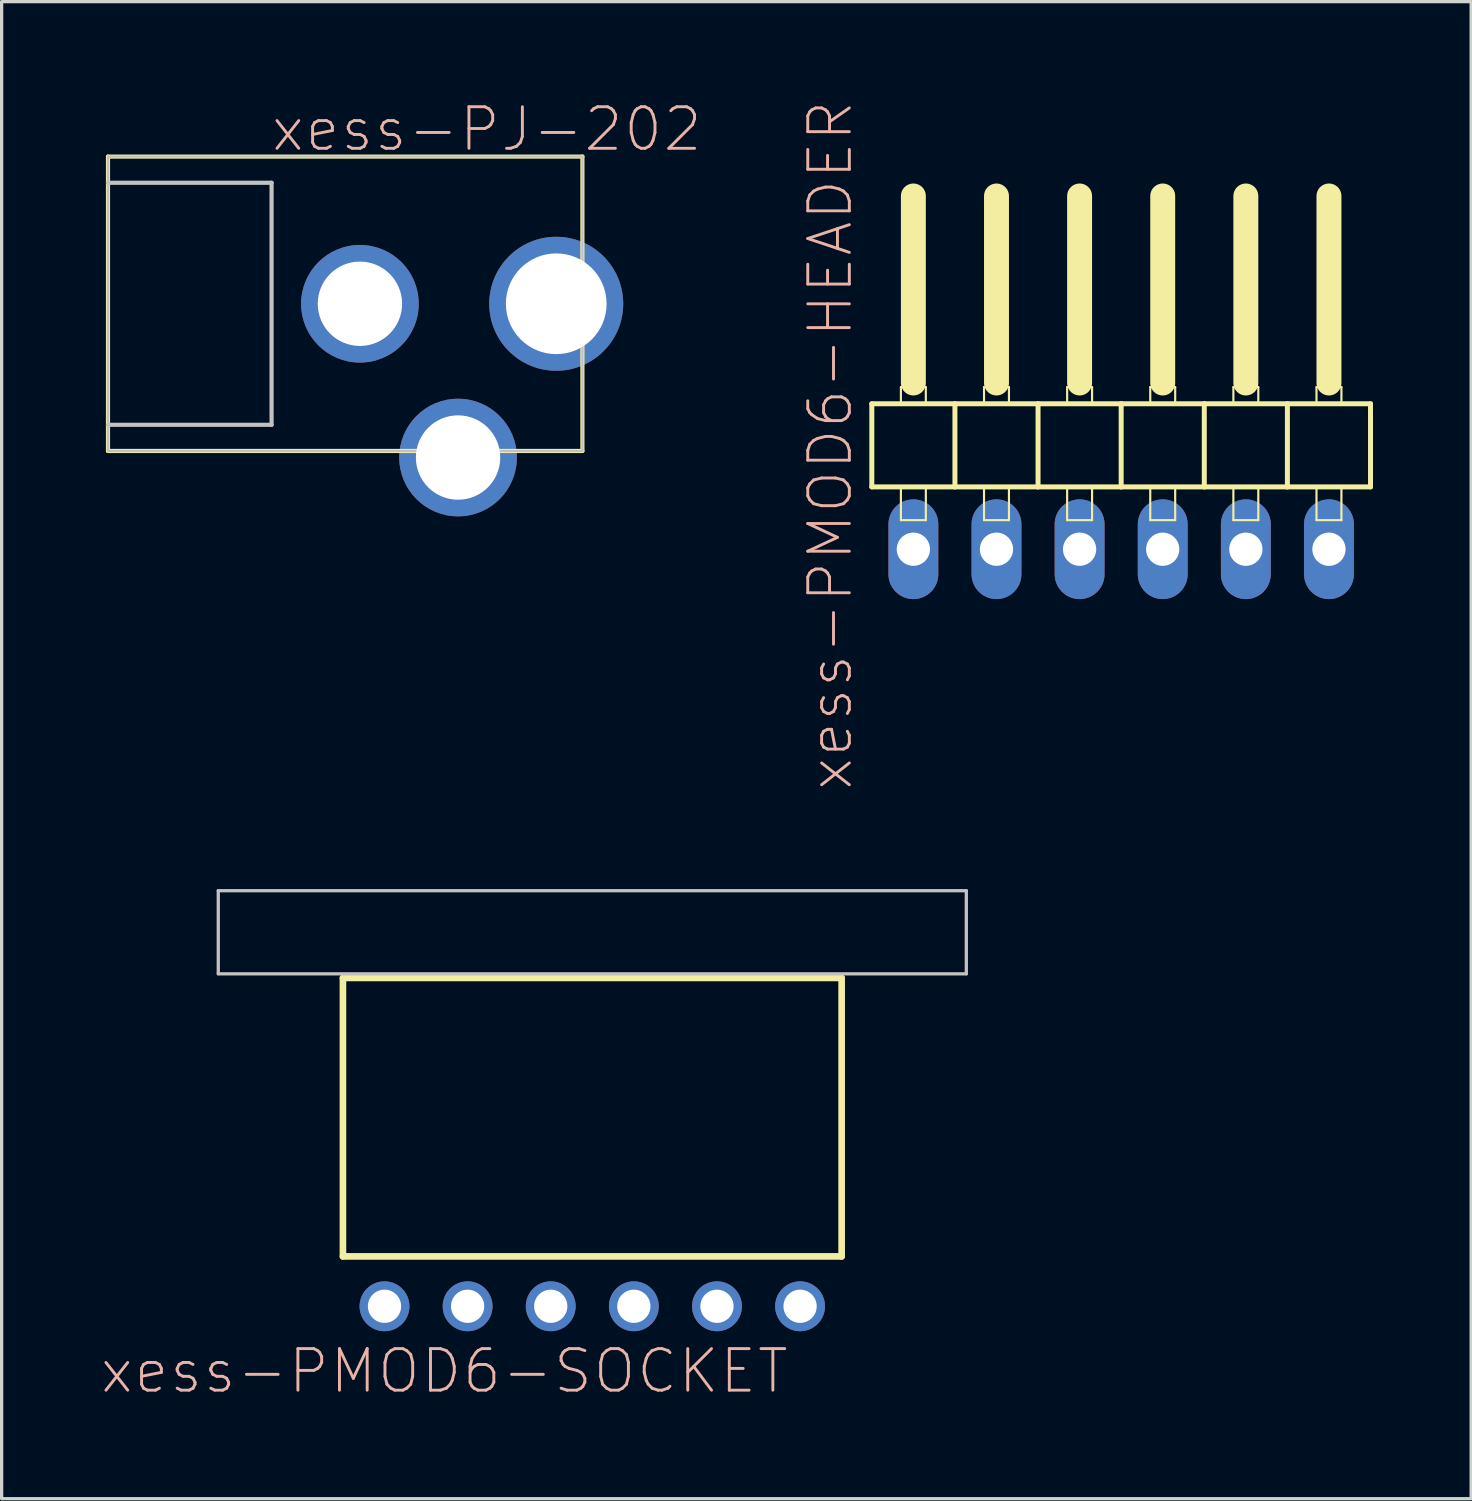
<source format=kicad_pcb>
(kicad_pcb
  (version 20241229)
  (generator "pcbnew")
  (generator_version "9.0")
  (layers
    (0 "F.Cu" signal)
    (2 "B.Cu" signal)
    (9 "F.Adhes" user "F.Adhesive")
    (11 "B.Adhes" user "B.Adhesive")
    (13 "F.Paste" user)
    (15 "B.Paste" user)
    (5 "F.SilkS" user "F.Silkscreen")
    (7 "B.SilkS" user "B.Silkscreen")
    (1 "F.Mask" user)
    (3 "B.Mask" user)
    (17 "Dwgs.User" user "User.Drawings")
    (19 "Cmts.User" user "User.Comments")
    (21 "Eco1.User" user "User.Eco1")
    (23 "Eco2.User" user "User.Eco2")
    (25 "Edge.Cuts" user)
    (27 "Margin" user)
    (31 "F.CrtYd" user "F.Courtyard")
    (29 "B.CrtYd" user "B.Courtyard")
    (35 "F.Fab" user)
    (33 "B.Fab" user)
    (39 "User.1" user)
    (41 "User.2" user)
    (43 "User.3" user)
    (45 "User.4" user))
  (footprint "xess-PMOD6-HEADER"
    (layer "F.Cu")
    (at 31.212 9.924)
    (property "Reference" "xess-PMOD6-HEADER" (at -8.89 0.635 90) (layer "B.SilkS") (effects (font (size 1.27 1.27) (thickness 0.089))))
    (attr exclude_from_pos_files exclude_from_bom)
    (fp_line (start -7.62 -0.635) (end -7.62 1.905) (stroke (width 0.152) (type solid)) (layer "F.SilkS"))
    (fp_line (start -7.62 1.905) (end -5.08 1.905) (stroke (width 0.152) (type solid)) (layer "F.SilkS"))
    (fp_line (start -6.731 -1.143) (end -5.969 -1.143) (stroke (width 0.066) (type solid)) (layer "F.SilkS"))
    (fp_line (start -6.731 -0.635) (end -6.731 -1.143) (stroke (width 0.066) (type solid)) (layer "F.SilkS"))
    (fp_line (start -6.731 -0.635) (end -5.969 -0.635) (stroke (width 0.066) (type solid)) (layer "F.SilkS"))
    (fp_line (start -6.731 1.905) (end -5.969 1.905) (stroke (width 0.066) (type solid)) (layer "F.SilkS"))
    (fp_line (start -6.731 2.921) (end -6.731 1.905) (stroke (width 0.066) (type solid)) (layer "F.SilkS"))
    (fp_line (start -6.731 2.921) (end -5.969 2.921) (stroke (width 0.066) (type solid)) (layer "F.SilkS"))
    (fp_line (start -6.35 -6.985) (end -6.35 -1.27) (stroke (width 0.762) (type solid)) (layer "F.SilkS"))
    (fp_line (start -5.969 -0.635) (end -5.969 -1.143) (stroke (width 0.066) (type solid)) (layer "F.SilkS"))
    (fp_line (start -5.969 2.921) (end -5.969 1.905) (stroke (width 0.066) (type solid)) (layer "F.SilkS"))
    (fp_line (start -5.08 -0.635) (end -7.62 -0.635) (stroke (width 0.152) (type solid)) (layer "F.SilkS"))
    (fp_line (start -5.08 1.905) (end -5.08 -0.635) (stroke (width 0.152) (type solid)) (layer "F.SilkS"))
    (fp_line (start -5.08 1.905) (end -2.54 1.905) (stroke (width 0.152) (type solid)) (layer "F.SilkS"))
    (fp_line (start -4.191 -1.143) (end -3.429 -1.143) (stroke (width 0.066) (type solid)) (layer "F.SilkS"))
    (fp_line (start -4.191 -0.635) (end -4.191 -1.143) (stroke (width 0.066) (type solid)) (layer "F.SilkS"))
    (fp_line (start -4.191 -0.635) (end -3.429 -0.635) (stroke (width 0.066) (type solid)) (layer "F.SilkS"))
    (fp_line (start -4.191 1.905) (end -3.429 1.905) (stroke (width 0.066) (type solid)) (layer "F.SilkS"))
    (fp_line (start -4.191 2.921) (end -4.191 1.905) (stroke (width 0.066) (type solid)) (layer "F.SilkS"))
    (fp_line (start -4.191 2.921) (end -3.429 2.921) (stroke (width 0.066) (type solid)) (layer "F.SilkS"))
    (fp_line (start -3.81 -6.985) (end -3.81 -1.27) (stroke (width 0.762) (type solid)) (layer "F.SilkS"))
    (fp_line (start -3.429 -0.635) (end -3.429 -1.143) (stroke (width 0.066) (type solid)) (layer "F.SilkS"))
    (fp_line (start -3.429 2.921) (end -3.429 1.905) (stroke (width 0.066) (type solid)) (layer "F.SilkS"))
    (fp_line (start -2.54 -0.635) (end -5.08 -0.635) (stroke (width 0.152) (type solid)) (layer "F.SilkS"))
    (fp_line (start -2.54 1.905) (end -2.54 -0.635) (stroke (width 0.152) (type solid)) (layer "F.SilkS"))
    (fp_line (start -2.54 1.905) (end 0 1.905) (stroke (width 0.152) (type solid)) (layer "F.SilkS"))
    (fp_line (start -1.651 -1.143) (end -0.889 -1.143) (stroke (width 0.066) (type solid)) (layer "F.SilkS"))
    (fp_line (start -1.651 -0.635) (end -1.651 -1.143) (stroke (width 0.066) (type solid)) (layer "F.SilkS"))
    (fp_line (start -1.651 -0.635) (end -0.889 -0.635) (stroke (width 0.066) (type solid)) (layer "F.SilkS"))
    (fp_line (start -1.651 1.905) (end -0.889 1.905) (stroke (width 0.066) (type solid)) (layer "F.SilkS"))
    (fp_line (start -1.651 2.921) (end -1.651 1.905) (stroke (width 0.066) (type solid)) (layer "F.SilkS"))
    (fp_line (start -1.651 2.921) (end -0.889 2.921) (stroke (width 0.066) (type solid)) (layer "F.SilkS"))
    (fp_line (start -1.27 -6.985) (end -1.27 -1.27) (stroke (width 0.762) (type solid)) (layer "F.SilkS"))
    (fp_line (start -0.889 -0.635) (end -0.889 -1.143) (stroke (width 0.066) (type solid)) (layer "F.SilkS"))
    (fp_line (start -0.889 2.921) (end -0.889 1.905) (stroke (width 0.066) (type solid)) (layer "F.SilkS"))
    (fp_line (start 0 -0.635) (end -2.54 -0.635) (stroke (width 0.152) (type solid)) (layer "F.SilkS"))
    (fp_line (start 0 1.905) (end 0 -0.635) (stroke (width 0.152) (type solid)) (layer "F.SilkS"))
    (fp_line (start 0 1.905) (end 2.54 1.905) (stroke (width 0.152) (type solid)) (layer "F.SilkS"))
    (fp_line (start 0.889 -1.143) (end 1.651 -1.143) (stroke (width 0.066) (type solid)) (layer "F.SilkS"))
    (fp_line (start 0.889 -0.635) (end 0.889 -1.143) (stroke (width 0.066) (type solid)) (layer "F.SilkS"))
    (fp_line (start 0.889 -0.635) (end 1.651 -0.635) (stroke (width 0.066) (type solid)) (layer "F.SilkS"))
    (fp_line (start 0.889 1.905) (end 1.651 1.905) (stroke (width 0.066) (type solid)) (layer "F.SilkS"))
    (fp_line (start 0.889 2.921) (end 0.889 1.905) (stroke (width 0.066) (type solid)) (layer "F.SilkS"))
    (fp_line (start 0.889 2.921) (end 1.651 2.921) (stroke (width 0.066) (type solid)) (layer "F.SilkS"))
    (fp_line (start 1.27 -6.985) (end 1.27 -1.27) (stroke (width 0.762) (type solid)) (layer "F.SilkS"))
    (fp_line (start 1.651 -0.635) (end 1.651 -1.143) (stroke (width 0.066) (type solid)) (layer "F.SilkS"))
    (fp_line (start 1.651 2.921) (end 1.651 1.905) (stroke (width 0.066) (type solid)) (layer "F.SilkS"))
    (fp_line (start 2.54 -0.635) (end 0 -0.635) (stroke (width 0.152) (type solid)) (layer "F.SilkS"))
    (fp_line (start 2.54 1.905) (end 2.54 -0.635) (stroke (width 0.152) (type solid)) (layer "F.SilkS"))
    (fp_line (start 2.54 1.905) (end 5.08 1.905) (stroke (width 0.152) (type solid)) (layer "F.SilkS"))
    (fp_line (start 3.429 -1.143) (end 4.191 -1.143) (stroke (width 0.066) (type solid)) (layer "F.SilkS"))
    (fp_line (start 3.429 -0.635) (end 3.429 -1.143) (stroke (width 0.066) (type solid)) (layer "F.SilkS"))
    (fp_line (start 3.429 -0.635) (end 4.191 -0.635) (stroke (width 0.066) (type solid)) (layer "F.SilkS"))
    (fp_line (start 3.429 1.905) (end 4.191 1.905) (stroke (width 0.066) (type solid)) (layer "F.SilkS"))
    (fp_line (start 3.429 2.921) (end 3.429 1.905) (stroke (width 0.066) (type solid)) (layer "F.SilkS"))
    (fp_line (start 3.429 2.921) (end 4.191 2.921) (stroke (width 0.066) (type solid)) (layer "F.SilkS"))
    (fp_line (start 3.81 -6.985) (end 3.81 -1.27) (stroke (width 0.762) (type solid)) (layer "F.SilkS"))
    (fp_line (start 4.191 -0.635) (end 4.191 -1.143) (stroke (width 0.066) (type solid)) (layer "F.SilkS"))
    (fp_line (start 4.191 2.921) (end 4.191 1.905) (stroke (width 0.066) (type solid)) (layer "F.SilkS"))
    (fp_line (start 5.08 -0.635) (end 2.54 -0.635) (stroke (width 0.152) (type solid)) (layer "F.SilkS"))
    (fp_line (start 5.08 1.905) (end 5.08 -0.635) (stroke (width 0.152) (type solid)) (layer "F.SilkS"))
    (fp_line (start 5.08 1.905) (end 7.62 1.905) (stroke (width 0.152) (type solid)) (layer "F.SilkS"))
    (fp_line (start 5.969 -1.143) (end 6.731 -1.143) (stroke (width 0.066) (type solid)) (layer "F.SilkS"))
    (fp_line (start 5.969 -0.635) (end 5.969 -1.143) (stroke (width 0.066) (type solid)) (layer "F.SilkS"))
    (fp_line (start 5.969 -0.635) (end 6.731 -0.635) (stroke (width 0.066) (type solid)) (layer "F.SilkS"))
    (fp_line (start 5.969 1.905) (end 6.731 1.905) (stroke (width 0.066) (type solid)) (layer "F.SilkS"))
    (fp_line (start 5.969 2.921) (end 5.969 1.905) (stroke (width 0.066) (type solid)) (layer "F.SilkS"))
    (fp_line (start 5.969 2.921) (end 6.731 2.921) (stroke (width 0.066) (type solid)) (layer "F.SilkS"))
    (fp_line (start 6.35 -6.985) (end 6.35 -1.27) (stroke (width 0.762) (type solid)) (layer "F.SilkS"))
    (fp_line (start 6.731 -0.635) (end 6.731 -1.143) (stroke (width 0.066) (type solid)) (layer "F.SilkS"))
    (fp_line (start 6.731 2.921) (end 6.731 1.905) (stroke (width 0.066) (type solid)) (layer "F.SilkS"))
    (fp_line (start 7.62 -0.635) (end 5.08 -0.635) (stroke (width 0.152) (type solid)) (layer "F.SilkS"))
    (fp_line (start 7.62 1.905) (end 7.62 -0.635) (stroke (width 0.152) (type solid)) (layer "F.SilkS"))
    (pad "GND" thru_hole oval (at -3.81 3.81) (size 1.524 3.048) (drill 1.016) (layers "*.Cu" "*.Mask"))
    (pad "IO1" thru_hole oval (at 6.35 3.81) (size 1.524 3.048) (drill 1.016) (layers "*.Cu" "*.Mask"))
    (pad "IO2" thru_hole oval (at 3.81 3.81) (size 1.524 3.048) (drill 1.016) (layers "*.Cu" "*.Mask"))
    (pad "IO3" thru_hole oval (at 1.27 3.81) (size 1.524 3.048) (drill 1.016) (layers "*.Cu" "*.Mask"))
    (pad "IO4" thru_hole oval (at -1.27 3.81) (size 1.524 3.048) (drill 1.016) (layers "*.Cu" "*.Mask"))
    (pad "PWR" thru_hole oval (at -6.35 3.81) (size 1.524 3.048) (drill 1.016) (layers "*.Cu" "*.Mask")))
  (footprint "xess-PJ-202"
    (layer "F.Cu")
    (at 0.25 6.233)
    (property "Reference" "xess-PJ-202" (at 11.575 -5.334 0) (layer "B.SilkS") (effects (font (size 1.27 1.27) (thickness 0.089))))
    (attr exclude_from_pos_files exclude_from_bom)
    (fp_line (start 0 -4.498) (end 0 4.498) (stroke (width 0.127) (type solid)) (layer "F.SilkS"))
    (fp_line (start 0 4.498) (end 14.498 4.498) (stroke (width 0.127) (type solid)) (layer "F.SilkS"))
    (fp_line (start 14.498 -4.498) (end 0 -4.498) (stroke (width 0.127) (type solid)) (layer "F.SilkS"))
    (fp_line (start 14.498 4.498) (end 14.498 -4.498) (stroke (width 0.127) (type solid)) (layer "F.SilkS"))
    (fp_line (start 0 -4.498) (end 14.498 -4.498) (stroke (width 0.066) (type solid)) (layer "Dwgs.User"))
    (fp_line (start 0 -3.698) (end 4.999 -3.698) (stroke (width 0.127) (type solid)) (layer "Dwgs.User"))
    (fp_line (start 0 4.498) (end 0 -4.498) (stroke (width 0.066) (type solid)) (layer "Dwgs.User"))
    (fp_line (start 0 4.498) (end 14.498 4.498) (stroke (width 0.066) (type solid)) (layer "Dwgs.User"))
    (fp_line (start 4.999 -3.698) (end 4.999 3.698) (stroke (width 0.127) (type solid)) (layer "Dwgs.User"))
    (fp_line (start 4.999 3.698) (end 0 3.698) (stroke (width 0.127) (type solid)) (layer "Dwgs.User"))
    (fp_line (start 14.498 4.498) (end 14.498 -4.498) (stroke (width 0.066) (type solid)) (layer "Dwgs.User"))
    (pad "1" thru_hole circle (at 13.698 0) (size 4.094 4.094) (drill 3.078) (layers "*.Cu" "*.Mask"))
    (pad "2" thru_hole circle (at 7.699 0) (size 3.594 3.594) (drill 2.578) (layers "*.Cu" "*.Mask"))
    (pad "3" thru_hole circle (at 10.698 4.699) (size 3.594 3.594) (drill 2.578) (layers "*.Cu" "*.Mask")))
  (footprint "xess-PMOD6-SOCKET"
    (layer "F.Cu")
    (at 15.05 36.869)
    (property "Reference" "xess-PMOD6-SOCKET" (at -4.521 1.981 0) (layer "B.SilkS") (effects (font (size 1.27 1.27) (thickness 0.089))))
    (attr exclude_from_pos_files exclude_from_bom)
    (fp_line (start -7.62 -10.033) (end -7.62 -1.524) (stroke (width 0.203) (type solid)) (layer "F.SilkS"))
    (fp_line (start -7.62 -1.524) (end 7.62 -1.524) (stroke (width 0.203) (type solid)) (layer "F.SilkS"))
    (fp_line (start 7.62 -10.033) (end -7.62 -10.033) (stroke (width 0.203) (type solid)) (layer "F.SilkS"))
    (fp_line (start 7.62 -1.524) (end 7.62 -10.033) (stroke (width 0.203) (type solid)) (layer "F.SilkS"))
    (fp_line (start -11.43 -12.7) (end -11.43 -10.16) (stroke (width 0.1) (type solid)) (layer "Dwgs.User"))
    (fp_line (start -11.43 -10.16) (end 11.43 -10.16) (stroke (width 0.1) (type solid)) (layer "Dwgs.User"))
    (fp_line (start -6.604 -0.254) (end -6.096 -0.254) (stroke (width 0.066) (type solid)) (layer "Dwgs.User"))
    (fp_line (start -6.604 0.254) (end -6.604 -0.254) (stroke (width 0.066) (type solid)) (layer "Dwgs.User"))
    (fp_line (start -6.604 0.254) (end -6.096 0.254) (stroke (width 0.066) (type solid)) (layer "Dwgs.User"))
    (fp_line (start -6.096 0.254) (end -6.096 -0.254) (stroke (width 0.066) (type solid)) (layer "Dwgs.User"))
    (fp_line (start -4.064 -0.254) (end -3.556 -0.254) (stroke (width 0.066) (type solid)) (layer "Dwgs.User"))
    (fp_line (start -4.064 0.254) (end -4.064 -0.254) (stroke (width 0.066) (type solid)) (layer "Dwgs.User"))
    (fp_line (start -4.064 0.254) (end -3.556 0.254) (stroke (width 0.066) (type solid)) (layer "Dwgs.User"))
    (fp_line (start -3.556 0.254) (end -3.556 -0.254) (stroke (width 0.066) (type solid)) (layer "Dwgs.User"))
    (fp_line (start -1.524 -0.254) (end -1.016 -0.254) (stroke (width 0.066) (type solid)) (layer "Dwgs.User"))
    (fp_line (start -1.524 0.254) (end -1.524 -0.254) (stroke (width 0.066) (type solid)) (layer "Dwgs.User"))
    (fp_line (start -1.524 0.254) (end -1.016 0.254) (stroke (width 0.066) (type solid)) (layer "Dwgs.User"))
    (fp_line (start -1.016 0.254) (end -1.016 -0.254) (stroke (width 0.066) (type solid)) (layer "Dwgs.User"))
    (fp_line (start 1.016 -0.254) (end 1.524 -0.254) (stroke (width 0.066) (type solid)) (layer "Dwgs.User"))
    (fp_line (start 1.016 0.254) (end 1.016 -0.254) (stroke (width 0.066) (type solid)) (layer "Dwgs.User"))
    (fp_line (start 1.016 0.254) (end 1.524 0.254) (stroke (width 0.066) (type solid)) (layer "Dwgs.User"))
    (fp_line (start 1.524 0.254) (end 1.524 -0.254) (stroke (width 0.066) (type solid)) (layer "Dwgs.User"))
    (fp_line (start 3.556 -0.254) (end 4.064 -0.254) (stroke (width 0.066) (type solid)) (layer "Dwgs.User"))
    (fp_line (start 3.556 0.254) (end 3.556 -0.254) (stroke (width 0.066) (type solid)) (layer "Dwgs.User"))
    (fp_line (start 3.556 0.254) (end 4.064 0.254) (stroke (width 0.066) (type solid)) (layer "Dwgs.User"))
    (fp_line (start 4.064 0.254) (end 4.064 -0.254) (stroke (width 0.066) (type solid)) (layer "Dwgs.User"))
    (fp_line (start 6.096 -0.254) (end 6.604 -0.254) (stroke (width 0.066) (type solid)) (layer "Dwgs.User"))
    (fp_line (start 6.096 0.254) (end 6.096 -0.254) (stroke (width 0.066) (type solid)) (layer "Dwgs.User"))
    (fp_line (start 6.096 0.254) (end 6.604 0.254) (stroke (width 0.066) (type solid)) (layer "Dwgs.User"))
    (fp_line (start 6.604 0.254) (end 6.604 -0.254) (stroke (width 0.066) (type solid)) (layer "Dwgs.User"))
    (fp_line (start 11.43 -12.7) (end -11.43 -12.7) (stroke (width 0.1) (type solid)) (layer "Dwgs.User"))
    (fp_line (start 11.43 -10.16) (end 11.43 -12.7) (stroke (width 0.1) (type solid)) (layer "Dwgs.User"))
    (pad "GND" thru_hole circle (at 3.81 0) (size 1.524 1.524) (drill 1.016) (layers "*.Cu" "*.Mask"))
    (pad "IO1" thru_hole circle (at -6.35 0) (size 1.524 1.524) (drill 1.016) (layers "*.Cu" "*.Mask"))
    (pad "IO2" thru_hole circle (at -3.81 0) (size 1.524 1.524) (drill 1.016) (layers "*.Cu" "*.Mask"))
    (pad "IO3" thru_hole circle (at -1.27 0) (size 1.524 1.524) (drill 1.016) (layers "*.Cu" "*.Mask"))
    (pad "IO4" thru_hole circle (at 1.27 0) (size 1.524 1.524) (drill 1.016) (layers "*.Cu" "*.Mask"))
    (pad "PWR" thru_hole circle (at 6.35 0) (size 1.524 1.524) (drill 1.016) (layers "*.Cu" "*.Mask")))
  (gr_rect
    (start -3 -3)
    (end 41.908 42.749)
    (stroke (width 0.1) (type default))
    (fill no)
    (layer "Edge.Cuts")))
</source>
